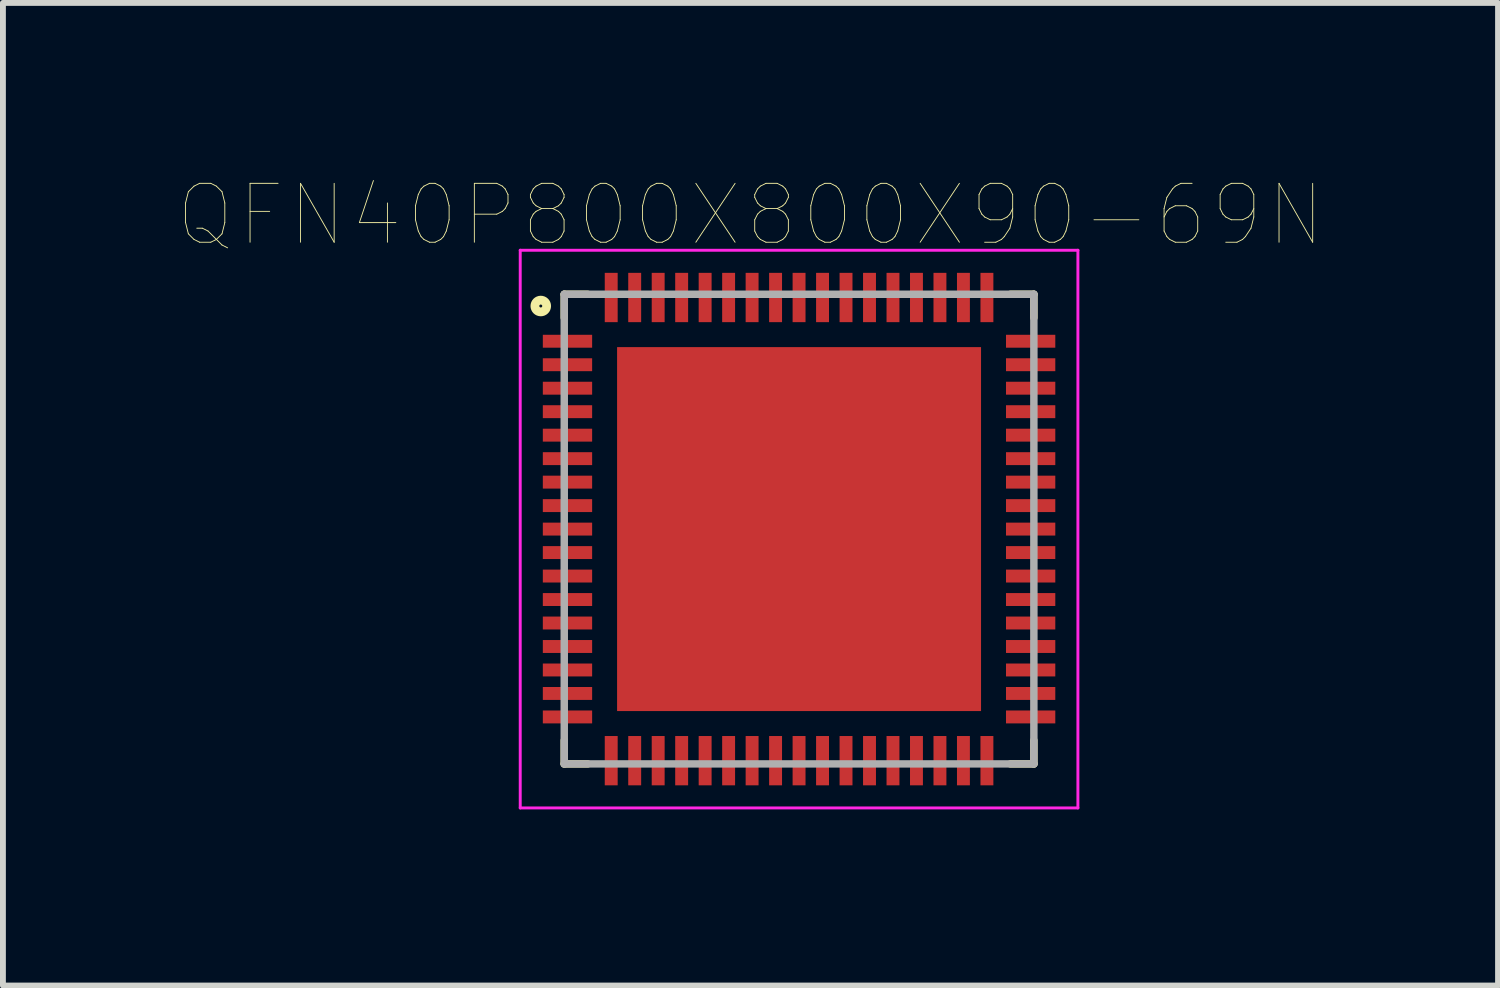
<source format=kicad_pcb>
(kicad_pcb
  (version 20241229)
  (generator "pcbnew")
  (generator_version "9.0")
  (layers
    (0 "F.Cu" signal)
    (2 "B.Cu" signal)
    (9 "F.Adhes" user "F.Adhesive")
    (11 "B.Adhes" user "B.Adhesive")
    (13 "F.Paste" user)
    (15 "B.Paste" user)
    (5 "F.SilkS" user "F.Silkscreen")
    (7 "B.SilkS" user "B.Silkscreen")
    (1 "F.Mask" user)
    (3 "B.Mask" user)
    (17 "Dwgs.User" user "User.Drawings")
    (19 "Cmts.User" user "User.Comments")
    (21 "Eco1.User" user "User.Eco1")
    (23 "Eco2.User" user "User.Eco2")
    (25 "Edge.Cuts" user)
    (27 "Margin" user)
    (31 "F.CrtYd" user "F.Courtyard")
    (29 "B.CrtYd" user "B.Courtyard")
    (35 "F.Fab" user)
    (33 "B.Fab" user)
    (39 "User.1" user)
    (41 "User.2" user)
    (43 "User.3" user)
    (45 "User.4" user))
  (footprint "QFN40P800X800X90-69N"
    (layer "F.Cu")
    (at 10.562 5.963)
    (property "Reference" "QFN40P800X800X90-69N" (at -0.827 -5.35 0) (layer "F.SilkS") (effects (font (size 1.003 1.003) (thickness 0.015))))
    (attr through_hole)
    (fp_line (start -4 -4) (end -4 -3.6) (stroke (width 0.127) (type solid)) (layer "F.SilkS"))
    (fp_line (start -4 -4) (end -3.6 -4) (stroke (width 0.127) (type solid)) (layer "F.SilkS"))
    (fp_line (start -4 4) (end -4 3.6) (stroke (width 0.127) (type solid)) (layer "F.SilkS"))
    (fp_line (start -4 4) (end -3.6 4) (stroke (width 0.127) (type solid)) (layer "F.SilkS"))
    (fp_line (start 4 -4) (end 3.6 -4) (stroke (width 0.127) (type solid)) (layer "F.SilkS"))
    (fp_line (start 4 -4) (end 4 -3.6) (stroke (width 0.127) (type solid)) (layer "F.SilkS"))
    (fp_line (start 4 4) (end 3.6 4) (stroke (width 0.127) (type solid)) (layer "F.SilkS"))
    (fp_line (start 4 4) (end 4 3.6) (stroke (width 0.127) (type solid)) (layer "F.SilkS"))
    (fp_circle (center -4.4 -3.8) (end -4.3 -3.8) (stroke (width 0.15) (type solid)) (fill no) (layer "F.SilkS"))
    (fp_poly (pts (xy -2.806 -0.73) (xy -1.34 -0.73) (xy -1.34 0.732) (xy -2.806 0.732)) (stroke (width 0.01) (type solid)) (fill yes) (layer "F.Paste"))
    (fp_poly (pts (xy -2.806 -2.8) (xy -1.34 -2.8) (xy -1.34 -1.343) (xy -2.806 -1.343)) (stroke (width 0.01) (type solid)) (fill yes) (layer "F.Paste"))
    (fp_poly (pts (xy -2.803 1.34) (xy -1.34 1.34) (xy -1.34 2.803) (xy -2.803 2.803)) (stroke (width 0.01) (type solid)) (fill yes) (layer "F.Paste"))
    (fp_poly (pts (xy -0.732 1.34) (xy 0.73 1.34) (xy 0.73 2.807) (xy -0.732 2.807)) (stroke (width 0.01) (type solid)) (fill yes) (layer "F.Paste"))
    (fp_poly (pts (xy -0.731 -0.73) (xy 0.73 -0.73) (xy 0.73 0.731) (xy -0.731 0.731)) (stroke (width 0.01) (type solid)) (fill yes) (layer "F.Paste"))
    (fp_poly (pts (xy -0.731 -2.8) (xy 0.73 -2.8) (xy 0.73 -1.342) (xy -0.731 -1.342)) (stroke (width 0.01) (type solid)) (fill yes) (layer "F.Paste"))
    (fp_poly (pts (xy 1.341 -0.73) (xy 2.8 -0.73) (xy 2.8 0.731) (xy 1.341 0.731)) (stroke (width 0.01) (type solid)) (fill yes) (layer "F.Paste"))
    (fp_poly (pts (xy 1.343 -2.8) (xy 2.8 -2.8) (xy 2.8 -1.343) (xy 1.343 -1.343)) (stroke (width 0.01) (type solid)) (fill yes) (layer "F.Paste"))
    (fp_poly (pts (xy 1.343 1.34) (xy 2.8 1.34) (xy 2.8 2.806) (xy 1.343 2.806)) (stroke (width 0.01) (type solid)) (fill yes) (layer "F.Paste"))
    (fp_poly (pts (xy 1.343 -0.73) (xy 2.8 -0.73) (xy 2.8 0.732) (xy 1.343 0.732)) (stroke (width 0.01) (type solid)) (fill yes) (layer "F.Paste"))
    (fp_line (start -4.75 -4.75) (end -4.75 4.75) (stroke (width 0.05) (type solid)) (layer "F.CrtYd"))
    (fp_line (start -4.75 4.75) (end 4.75 4.75) (stroke (width 0.05) (type solid)) (layer "F.CrtYd"))
    (fp_line (start 4.75 -4.75) (end -4.75 -4.75) (stroke (width 0.05) (type solid)) (layer "F.CrtYd"))
    (fp_line (start 4.75 4.75) (end 4.75 -4.75) (stroke (width 0.05) (type solid)) (layer "F.CrtYd"))
    (fp_line (start -4 -4) (end 4 -4) (stroke (width 0.127) (type solid)) (layer "F.Fab"))
    (fp_line (start -4 4) (end -4 -4) (stroke (width 0.127) (type solid)) (layer "F.Fab"))
    (fp_line (start 4 -4) (end 4 4) (stroke (width 0.127) (type solid)) (layer "F.Fab"))
    (fp_line (start 4 4) (end -4 4) (stroke (width 0.127) (type solid)) (layer "F.Fab"))
    (pad "1" smd rect (at -3.945 -3.2) (size 0.84 0.22) (layers "F.Cu" "F.Mask" "F.Paste"))
    (pad "2" smd rect (at -3.945 -2.8) (size 0.84 0.22) (layers "F.Cu" "F.Mask" "F.Paste"))
    (pad "3" smd rect (at -3.945 -2.4) (size 0.84 0.22) (layers "F.Cu" "F.Mask" "F.Paste"))
    (pad "4" smd rect (at -3.945 -2) (size 0.84 0.22) (layers "F.Cu" "F.Mask" "F.Paste"))
    (pad "5" smd rect (at -3.945 -1.6) (size 0.84 0.22) (layers "F.Cu" "F.Mask" "F.Paste"))
    (pad "6" smd rect (at -3.945 -1.2) (size 0.84 0.22) (layers "F.Cu" "F.Mask" "F.Paste"))
    (pad "7" smd rect (at -3.945 -0.8) (size 0.84 0.22) (layers "F.Cu" "F.Mask" "F.Paste"))
    (pad "8" smd rect (at -3.945 -0.4) (size 0.84 0.22) (layers "F.Cu" "F.Mask" "F.Paste"))
    (pad "9" smd rect (at -3.945 0) (size 0.84 0.22) (layers "F.Cu" "F.Mask" "F.Paste"))
    (pad "10" smd rect (at -3.945 0.4) (size 0.84 0.22) (layers "F.Cu" "F.Mask" "F.Paste"))
    (pad "11" smd rect (at -3.945 0.8) (size 0.84 0.22) (layers "F.Cu" "F.Mask" "F.Paste"))
    (pad "12" smd rect (at -3.945 1.2) (size 0.84 0.22) (layers "F.Cu" "F.Mask" "F.Paste"))
    (pad "13" smd rect (at -3.945 1.6) (size 0.84 0.22) (layers "F.Cu" "F.Mask" "F.Paste"))
    (pad "14" smd rect (at -3.945 2) (size 0.84 0.22) (layers "F.Cu" "F.Mask" "F.Paste"))
    (pad "15" smd rect (at -3.945 2.4) (size 0.84 0.22) (layers "F.Cu" "F.Mask" "F.Paste"))
    (pad "16" smd rect (at -3.945 2.8) (size 0.84 0.22) (layers "F.Cu" "F.Mask" "F.Paste"))
    (pad "17" smd rect (at -3.945 3.2) (size 0.84 0.22) (layers "F.Cu" "F.Mask" "F.Paste"))
    (pad "18" smd rect (at -3.2 3.945) (size 0.22 0.84) (layers "F.Cu" "F.Mask" "F.Paste"))
    (pad "19" smd rect (at -2.8 3.945) (size 0.22 0.84) (layers "F.Cu" "F.Mask" "F.Paste"))
    (pad "20" smd rect (at -2.4 3.945) (size 0.22 0.84) (layers "F.Cu" "F.Mask" "F.Paste"))
    (pad "21" smd rect (at -2 3.945) (size 0.22 0.84) (layers "F.Cu" "F.Mask" "F.Paste"))
    (pad "22" smd rect (at -1.6 3.945) (size 0.22 0.84) (layers "F.Cu" "F.Mask" "F.Paste"))
    (pad "23" smd rect (at -1.2 3.945) (size 0.22 0.84) (layers "F.Cu" "F.Mask" "F.Paste"))
    (pad "24" smd rect (at -0.8 3.945) (size 0.22 0.84) (layers "F.Cu" "F.Mask" "F.Paste"))
    (pad "25" smd rect (at -0.4 3.945) (size 0.22 0.84) (layers "F.Cu" "F.Mask" "F.Paste"))
    (pad "26" smd rect (at 0 3.945) (size 0.22 0.84) (layers "F.Cu" "F.Mask" "F.Paste"))
    (pad "27" smd rect (at 0.4 3.945) (size 0.22 0.84) (layers "F.Cu" "F.Mask" "F.Paste"))
    (pad "28" smd rect (at 0.8 3.945) (size 0.22 0.84) (layers "F.Cu" "F.Mask" "F.Paste"))
    (pad "29" smd rect (at 1.2 3.945) (size 0.22 0.84) (layers "F.Cu" "F.Mask" "F.Paste"))
    (pad "30" smd rect (at 1.6 3.945) (size 0.22 0.84) (layers "F.Cu" "F.Mask" "F.Paste"))
    (pad "31" smd rect (at 2 3.945) (size 0.22 0.84) (layers "F.Cu" "F.Mask" "F.Paste"))
    (pad "32" smd rect (at 2.4 3.945) (size 0.22 0.84) (layers "F.Cu" "F.Mask" "F.Paste"))
    (pad "33" smd rect (at 2.8 3.945) (size 0.22 0.84) (layers "F.Cu" "F.Mask" "F.Paste"))
    (pad "34" smd rect (at 3.2 3.945) (size 0.22 0.84) (layers "F.Cu" "F.Mask" "F.Paste"))
    (pad "35" smd rect (at 3.945 3.2) (size 0.84 0.22) (layers "F.Cu" "F.Mask" "F.Paste"))
    (pad "36" smd rect (at 3.945 2.8) (size 0.84 0.22) (layers "F.Cu" "F.Mask" "F.Paste"))
    (pad "37" smd rect (at 3.945 2.4) (size 0.84 0.22) (layers "F.Cu" "F.Mask" "F.Paste"))
    (pad "38" smd rect (at 3.945 2) (size 0.84 0.22) (layers "F.Cu" "F.Mask" "F.Paste"))
    (pad "39" smd rect (at 3.945 1.6) (size 0.84 0.22) (layers "F.Cu" "F.Mask" "F.Paste"))
    (pad "40" smd rect (at 3.945 1.2) (size 0.84 0.22) (layers "F.Cu" "F.Mask" "F.Paste"))
    (pad "41" smd rect (at 3.945 0.8) (size 0.84 0.22) (layers "F.Cu" "F.Mask" "F.Paste"))
    (pad "42" smd rect (at 3.945 0.4) (size 0.84 0.22) (layers "F.Cu" "F.Mask" "F.Paste"))
    (pad "43" smd rect (at 3.945 0) (size 0.84 0.22) (layers "F.Cu" "F.Mask" "F.Paste"))
    (pad "44" smd rect (at 3.945 -0.4) (size 0.84 0.22) (layers "F.Cu" "F.Mask" "F.Paste"))
    (pad "45" smd rect (at 3.945 -0.8) (size 0.84 0.22) (layers "F.Cu" "F.Mask" "F.Paste"))
    (pad "46" smd rect (at 3.945 -1.2) (size 0.84 0.22) (layers "F.Cu" "F.Mask" "F.Paste"))
    (pad "47" smd rect (at 3.945 -1.6) (size 0.84 0.22) (layers "F.Cu" "F.Mask" "F.Paste"))
    (pad "48" smd rect (at 3.945 -2) (size 0.84 0.22) (layers "F.Cu" "F.Mask" "F.Paste"))
    (pad "49" smd rect (at 3.945 -2.4) (size 0.84 0.22) (layers "F.Cu" "F.Mask" "F.Paste"))
    (pad "50" smd rect (at 3.945 -2.8) (size 0.84 0.22) (layers "F.Cu" "F.Mask" "F.Paste"))
    (pad "51" smd rect (at 3.945 -3.2) (size 0.84 0.22) (layers "F.Cu" "F.Mask" "F.Paste"))
    (pad "52" smd rect (at 3.2 -3.945) (size 0.22 0.84) (layers "F.Cu" "F.Mask" "F.Paste"))
    (pad "53" smd rect (at 2.8 -3.945) (size 0.22 0.84) (layers "F.Cu" "F.Mask" "F.Paste"))
    (pad "54" smd rect (at 2.4 -3.945) (size 0.22 0.84) (layers "F.Cu" "F.Mask" "F.Paste"))
    (pad "55" smd rect (at 2 -3.945) (size 0.22 0.84) (layers "F.Cu" "F.Mask" "F.Paste"))
    (pad "56" smd rect (at 1.6 -3.945) (size 0.22 0.84) (layers "F.Cu" "F.Mask" "F.Paste"))
    (pad "57" smd rect (at 1.2 -3.945) (size 0.22 0.84) (layers "F.Cu" "F.Mask" "F.Paste"))
    (pad "58" smd rect (at 0.8 -3.945) (size 0.22 0.84) (layers "F.Cu" "F.Mask" "F.Paste"))
    (pad "59" smd rect (at 0.4 -3.945) (size 0.22 0.84) (layers "F.Cu" "F.Mask" "F.Paste"))
    (pad "60" smd rect (at 0 -3.945) (size 0.22 0.84) (layers "F.Cu" "F.Mask" "F.Paste"))
    (pad "61" smd rect (at -0.4 -3.945) (size 0.22 0.84) (layers "F.Cu" "F.Mask" "F.Paste"))
    (pad "62" smd rect (at -0.8 -3.945) (size 0.22 0.84) (layers "F.Cu" "F.Mask" "F.Paste"))
    (pad "63" smd rect (at -1.2 -3.945) (size 0.22 0.84) (layers "F.Cu" "F.Mask" "F.Paste"))
    (pad "64" smd rect (at -1.6 -3.945) (size 0.22 0.84) (layers "F.Cu" "F.Mask" "F.Paste"))
    (pad "65" smd rect (at -2 -3.945) (size 0.22 0.84) (layers "F.Cu" "F.Mask" "F.Paste"))
    (pad "66" smd rect (at -2.4 -3.945) (size 0.22 0.84) (layers "F.Cu" "F.Mask" "F.Paste"))
    (pad "67" smd rect (at -2.8 -3.945) (size 0.22 0.84) (layers "F.Cu" "F.Mask" "F.Paste"))
    (pad "68" smd rect (at -3.2 -3.945) (size 0.22 0.84) (layers "F.Cu" "F.Mask" "F.Paste"))
    (pad "69" smd rect (at 0 0) (size 6.2 6.2) (layers "F.Cu" "F.Mask")))
  (gr_rect
    (start -3 -3)
    (end 22.469 13.738)
    (stroke (width 0.1) (type default))
    (fill no)
    (layer "Edge.Cuts")))
</source>
